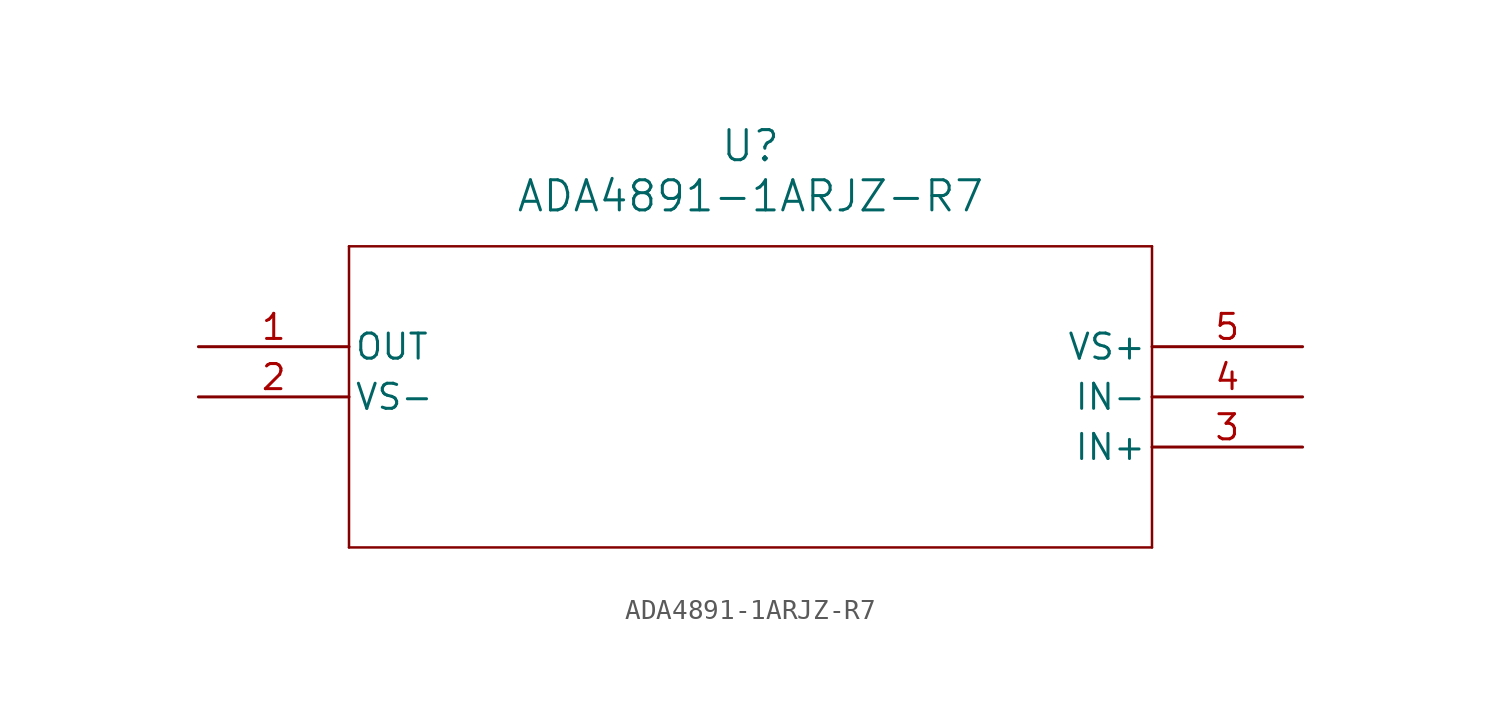
<source format=kicad_sym>
(kicad_symbol_lib
  (version 20211014)
  (generator kicad_symbol_editor)
  (symbol "ADA4891-1ARJZ-R7"
    (pin_names
      (offset 0.254))
    (property "Reference" "U"
      (at 27.94 10.16 0)
      (effects (font (size 1.524 1.524))))
    (property "Value" "ADA4891-1ARJZ-R7"
      (at 27.94 7.62 0)
      (effects (font (size 1.524 1.524))))
    (symbol "ADA4891-1ARJZ-R7_0_1"
      (polyline (pts (xy 7.62 5.08) (xy 7.62 -10.16)) (stroke (width 0.127) (type default) (color 0 0 0 0)) (fill (type none)))
      (polyline (pts (xy 7.62 -10.16) (xy 48.26 -10.16)) (stroke (width 0.127) (type default) (color 0 0 0 0)) (fill (type none)))
      (polyline (pts (xy 48.26 -10.16) (xy 48.26 5.08)) (stroke (width 0.127) (type default) (color 0 0 0 0)) (fill (type none)))
      (polyline (pts (xy 48.26 5.08) (xy 7.62 5.08)) (stroke (width 0.127) (type default) (color 0 0 0 0)) (fill (type none)))
      (pin output line (at 0 0 0) (length 7.62) (name "OUT" (effects (font (size 1.27 1.27)))) (number "1" (effects (font (size 1.27 1.27)))))
      (pin power_in line (at 0 -2.54 0) (length 7.62) (name "VS-" (effects (font (size 1.27 1.27)))) (number "2" (effects (font (size 1.27 1.27)))))
      (pin input line (at 55.88 -5.08 180) (length 7.62) (name "IN+" (effects (font (size 1.27 1.27)))) (number "3" (effects (font (size 1.27 1.27)))))
      (pin input line (at 55.88 -2.54 180) (length 7.62) (name "IN-" (effects (font (size 1.27 1.27)))) (number "4" (effects (font (size 1.27 1.27)))))
      (pin power_in line (at 55.88 0 180) (length 7.62) (name "VS+" (effects (font (size 1.27 1.27)))) (number "5" (effects (font (size 1.27 1.27))))))))
</source>
